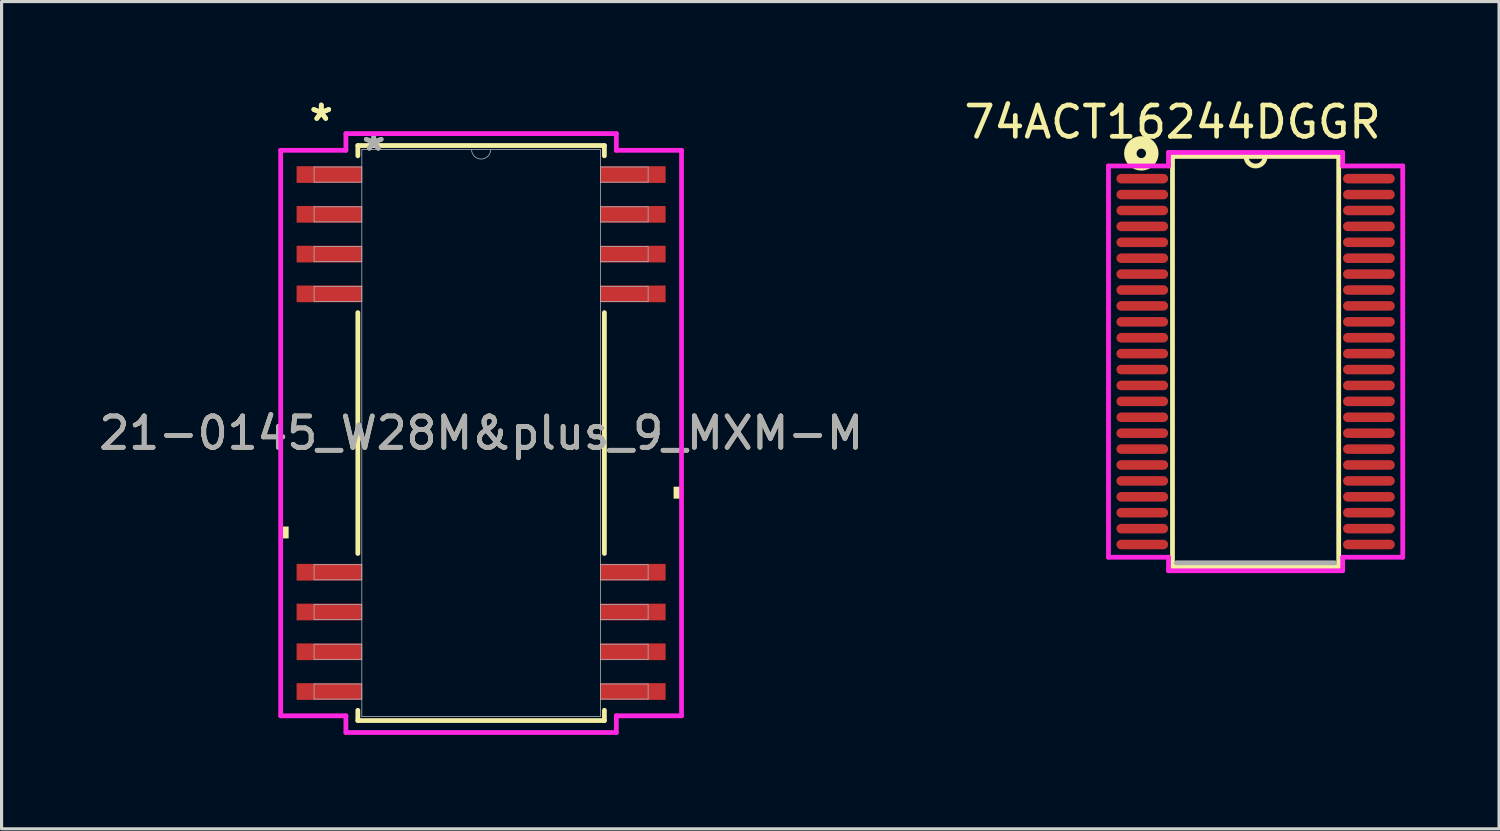
<source format=kicad_pcb>
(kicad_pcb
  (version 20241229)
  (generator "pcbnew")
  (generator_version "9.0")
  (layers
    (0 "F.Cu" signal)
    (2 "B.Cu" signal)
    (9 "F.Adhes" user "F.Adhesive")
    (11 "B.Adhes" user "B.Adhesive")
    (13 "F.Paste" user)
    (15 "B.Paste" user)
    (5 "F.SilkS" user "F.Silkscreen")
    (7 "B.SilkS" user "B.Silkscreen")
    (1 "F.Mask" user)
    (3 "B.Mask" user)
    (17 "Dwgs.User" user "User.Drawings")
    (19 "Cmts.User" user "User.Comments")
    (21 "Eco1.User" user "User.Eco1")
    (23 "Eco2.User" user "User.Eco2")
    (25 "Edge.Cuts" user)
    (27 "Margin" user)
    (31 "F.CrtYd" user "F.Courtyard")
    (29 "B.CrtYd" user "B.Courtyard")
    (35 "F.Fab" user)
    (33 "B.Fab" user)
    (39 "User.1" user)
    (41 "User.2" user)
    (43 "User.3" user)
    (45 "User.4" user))
  (footprint "74ACT16244DGGR"
    (layer "F.Cu")
    (at 37.049 8.498)
    (property "Reference" "74ACT16244DGGR" (at -2.65 -7.65 0) (layer "F.SilkS") (effects (font (size 1 1) (thickness 0.15))))
    (attr through_hole)
    (fp_line (start -2.654 -6.553) (end -2.654 6.553) (stroke (width 0.152) (type solid)) (layer "F.SilkS"))
    (fp_line (start -2.654 6.553) (end 2.654 6.553) (stroke (width 0.152) (type solid)) (layer "F.SilkS"))
    (fp_line (start 2.654 -6.553) (end -2.654 -6.553) (stroke (width 0.152) (type solid)) (layer "F.SilkS"))
    (fp_line (start 2.654 6.553) (end 2.654 -6.553) (stroke (width 0.152) (type solid)) (layer "F.SilkS"))
    (fp_arc (start 0.3048 -6.55) (mid 0 -6.2452) (end -0.3048 -6.55) (stroke (width 0.1524) (type solid)) (layer "F.SilkS"))
    (fp_circle (center -3.65 -6.65) (end -3.5 -6.65) (stroke (width 0.4) (type solid)) (fill no) (layer "F.SilkS"))
    (fp_line (start -4.699 -6.248) (end -2.781 -6.248) (stroke (width 0.152) (type solid)) (layer "F.CrtYd"))
    (fp_line (start -4.699 6.248) (end -4.699 -6.248) (stroke (width 0.152) (type solid)) (layer "F.CrtYd"))
    (fp_line (start -2.781 -6.68) (end -2.781 -6.248) (stroke (width 0.152) (type solid)) (layer "F.CrtYd"))
    (fp_line (start -2.781 -6.68) (end 2.781 -6.68) (stroke (width 0.152) (type solid)) (layer "F.CrtYd"))
    (fp_line (start -2.781 6.248) (end -4.699 6.248) (stroke (width 0.152) (type solid)) (layer "F.CrtYd"))
    (fp_line (start -2.781 6.68) (end -2.781 6.248) (stroke (width 0.152) (type solid)) (layer "F.CrtYd"))
    (fp_line (start 2.781 -6.68) (end 2.781 -6.248) (stroke (width 0.152) (type solid)) (layer "F.CrtYd"))
    (fp_line (start 2.781 -6.248) (end 4.699 -6.248) (stroke (width 0.152) (type solid)) (layer "F.CrtYd"))
    (fp_line (start 2.781 6.248) (end 2.781 6.68) (stroke (width 0.152) (type solid)) (layer "F.CrtYd"))
    (fp_line (start 2.781 6.68) (end -2.781 6.68) (stroke (width 0.152) (type solid)) (layer "F.CrtYd"))
    (fp_line (start 4.699 -6.248) (end 4.699 6.248) (stroke (width 0.152) (type solid)) (layer "F.CrtYd"))
    (fp_line (start 4.699 6.248) (end 2.781 6.248) (stroke (width 0.152) (type solid)) (layer "F.CrtYd"))
    (fp_line (start -2.527 6.426) (end 2.527 6.426) (stroke (width 0.152) (type solid)) (layer "F.Fab"))
    (pad "1" smd oval (at -3.619 -5.842) (size 1.651 0.305) (layers "F.Cu" "F.Mask" "F.Paste"))
    (pad "2" smd oval (at -3.619 -5.334) (size 1.651 0.305) (layers "F.Cu" "F.Mask" "F.Paste"))
    (pad "3" smd oval (at -3.619 -4.826) (size 1.651 0.305) (layers "F.Cu" "F.Mask" "F.Paste"))
    (pad "4" smd oval (at -3.619 -4.318) (size 1.651 0.305) (layers "F.Cu" "F.Mask" "F.Paste"))
    (pad "5" smd oval (at -3.619 -3.81) (size 1.651 0.305) (layers "F.Cu" "F.Mask" "F.Paste"))
    (pad "6" smd oval (at -3.619 -3.302) (size 1.651 0.305) (layers "F.Cu" "F.Mask" "F.Paste"))
    (pad "7" smd oval (at -3.619 -2.794) (size 1.651 0.305) (layers "F.Cu" "F.Mask" "F.Paste"))
    (pad "8" smd oval (at -3.619 -2.286) (size 1.651 0.305) (layers "F.Cu" "F.Mask" "F.Paste"))
    (pad "9" smd oval (at -3.619 -1.778) (size 1.651 0.305) (layers "F.Cu" "F.Mask" "F.Paste"))
    (pad "10" smd oval (at -3.619 -1.27) (size 1.651 0.305) (layers "F.Cu" "F.Mask" "F.Paste"))
    (pad "11" smd oval (at -3.619 -0.762) (size 1.651 0.305) (layers "F.Cu" "F.Mask" "F.Paste"))
    (pad "12" smd oval (at -3.619 -0.254) (size 1.651 0.305) (layers "F.Cu" "F.Mask" "F.Paste"))
    (pad "13" smd oval (at -3.619 0.254) (size 1.651 0.305) (layers "F.Cu" "F.Mask" "F.Paste"))
    (pad "14" smd oval (at -3.619 0.762) (size 1.651 0.305) (layers "F.Cu" "F.Mask" "F.Paste"))
    (pad "15" smd oval (at -3.619 1.27) (size 1.651 0.305) (layers "F.Cu" "F.Mask" "F.Paste"))
    (pad "16" smd oval (at -3.619 1.778) (size 1.651 0.305) (layers "F.Cu" "F.Mask" "F.Paste"))
    (pad "17" smd oval (at -3.619 2.286) (size 1.651 0.305) (layers "F.Cu" "F.Mask" "F.Paste"))
    (pad "18" smd oval (at -3.619 2.794) (size 1.651 0.305) (layers "F.Cu" "F.Mask" "F.Paste"))
    (pad "19" smd oval (at -3.619 3.302) (size 1.651 0.305) (layers "F.Cu" "F.Mask" "F.Paste"))
    (pad "20" smd oval (at -3.619 3.81) (size 1.651 0.305) (layers "F.Cu" "F.Mask" "F.Paste"))
    (pad "21" smd oval (at -3.619 4.318) (size 1.651 0.305) (layers "F.Cu" "F.Mask" "F.Paste"))
    (pad "22" smd oval (at -3.619 4.826) (size 1.651 0.305) (layers "F.Cu" "F.Mask" "F.Paste"))
    (pad "23" smd oval (at -3.619 5.334) (size 1.651 0.305) (layers "F.Cu" "F.Mask" "F.Paste"))
    (pad "24" smd oval (at -3.619 5.842) (size 1.651 0.305) (layers "F.Cu" "F.Mask" "F.Paste"))
    (pad "25" smd oval (at 3.619 5.842) (size 1.651 0.305) (layers "F.Cu" "F.Mask" "F.Paste"))
    (pad "26" smd oval (at 3.619 5.334) (size 1.651 0.305) (layers "F.Cu" "F.Mask" "F.Paste"))
    (pad "27" smd oval (at 3.619 4.826) (size 1.651 0.305) (layers "F.Cu" "F.Mask" "F.Paste"))
    (pad "28" smd oval (at 3.619 4.318) (size 1.651 0.305) (layers "F.Cu" "F.Mask" "F.Paste"))
    (pad "29" smd oval (at 3.619 3.81) (size 1.651 0.305) (layers "F.Cu" "F.Mask" "F.Paste"))
    (pad "30" smd oval (at 3.619 3.302) (size 1.651 0.305) (layers "F.Cu" "F.Mask" "F.Paste"))
    (pad "31" smd oval (at 3.619 2.794) (size 1.651 0.305) (layers "F.Cu" "F.Mask" "F.Paste"))
    (pad "32" smd oval (at 3.619 2.286) (size 1.651 0.305) (layers "F.Cu" "F.Mask" "F.Paste"))
    (pad "33" smd oval (at 3.619 1.778) (size 1.651 0.305) (layers "F.Cu" "F.Mask" "F.Paste"))
    (pad "34" smd oval (at 3.619 1.27) (size 1.651 0.305) (layers "F.Cu" "F.Mask" "F.Paste"))
    (pad "35" smd oval (at 3.619 0.762) (size 1.651 0.305) (layers "F.Cu" "F.Mask" "F.Paste"))
    (pad "36" smd oval (at 3.619 0.254) (size 1.651 0.305) (layers "F.Cu" "F.Mask" "F.Paste"))
    (pad "37" smd oval (at 3.619 -0.254) (size 1.651 0.305) (layers "F.Cu" "F.Mask" "F.Paste"))
    (pad "38" smd oval (at 3.619 -0.762) (size 1.651 0.305) (layers "F.Cu" "F.Mask" "F.Paste"))
    (pad "39" smd oval (at 3.619 -1.27) (size 1.651 0.305) (layers "F.Cu" "F.Mask" "F.Paste"))
    (pad "40" smd oval (at 3.619 -1.778) (size 1.651 0.305) (layers "F.Cu" "F.Mask" "F.Paste"))
    (pad "41" smd oval (at 3.619 -2.286) (size 1.651 0.305) (layers "F.Cu" "F.Mask" "F.Paste"))
    (pad "42" smd oval (at 3.619 -2.794) (size 1.651 0.305) (layers "F.Cu" "F.Mask" "F.Paste"))
    (pad "43" smd oval (at 3.619 -3.302) (size 1.651 0.305) (layers "F.Cu" "F.Mask" "F.Paste"))
    (pad "44" smd oval (at 3.619 -3.81) (size 1.651 0.305) (layers "F.Cu" "F.Mask" "F.Paste"))
    (pad "45" smd oval (at 3.619 -4.318) (size 1.651 0.305) (layers "F.Cu" "F.Mask" "F.Paste"))
    (pad "46" smd oval (at 3.619 -4.826) (size 1.651 0.305) (layers "F.Cu" "F.Mask" "F.Paste"))
    (pad "47" smd oval (at 3.619 -5.334) (size 1.651 0.305) (layers "F.Cu" "F.Mask" "F.Paste"))
    (pad "48" smd oval (at 3.619 -5.842) (size 1.651 0.305) (layers "F.Cu" "F.Mask" "F.Paste")))
  (footprint "21-0145_W28M&plus_9_MXM-M"
    (layer "F.Cu")
    (at 12.315 10.78)
    (property "Reference" "21-0145_W28M&plus_9_MXM-M" (at 0 0 0) (unlocked yes) (layer "F.SilkS") (effects (font (size 1 1) (thickness 0.15))))
    (attr smd)
    (fp_line (start -3.937 -9.182) (end -3.937 -8.854) (stroke (width 0.152) (type solid)) (layer "F.SilkS"))
    (fp_line (start -3.937 -3.846) (end -3.937 3.846) (stroke (width 0.152) (type solid)) (layer "F.SilkS"))
    (fp_line (start -3.937 8.854) (end -3.937 9.182) (stroke (width 0.152) (type solid)) (layer "F.SilkS"))
    (fp_line (start -3.937 9.182) (end 3.937 9.182) (stroke (width 0.152) (type solid)) (layer "F.SilkS"))
    (fp_line (start 3.937 -9.182) (end -3.937 -9.182) (stroke (width 0.152) (type solid)) (layer "F.SilkS"))
    (fp_line (start 3.937 -8.854) (end 3.937 -9.182) (stroke (width 0.152) (type solid)) (layer "F.SilkS"))
    (fp_line (start 3.937 3.846) (end 3.937 -3.846) (stroke (width 0.152) (type solid)) (layer "F.SilkS"))
    (fp_line (start 3.937 9.182) (end 3.937 8.854) (stroke (width 0.152) (type solid)) (layer "F.SilkS"))
    (fp_poly (pts (xy -6.401 2.985) (xy -6.401 3.365) (xy -6.147 3.365) (xy -6.147 2.985)) (stroke (width 0) (type solid)) (fill yes) (layer "F.SilkS"))
    (fp_poly (pts (xy 6.401 1.714) (xy 6.401 2.095) (xy 6.147 2.095) (xy 6.147 1.714)) (stroke (width 0) (type solid)) (fill yes) (layer "F.SilkS"))
    (fp_line (start -6.401 -9.03) (end -4.318 -9.03) (stroke (width 0.152) (type solid)) (layer "F.CrtYd"))
    (fp_line (start -6.401 9.03) (end -6.401 -9.03) (stroke (width 0.152) (type solid)) (layer "F.CrtYd"))
    (fp_line (start -6.401 9.03) (end -4.318 9.03) (stroke (width 0.152) (type solid)) (layer "F.CrtYd"))
    (fp_line (start -4.318 -9.563) (end 4.318 -9.563) (stroke (width 0.152) (type solid)) (layer "F.CrtYd"))
    (fp_line (start -4.318 -9.03) (end -4.318 -9.563) (stroke (width 0.152) (type solid)) (layer "F.CrtYd"))
    (fp_line (start -4.318 9.563) (end -4.318 9.03) (stroke (width 0.152) (type solid)) (layer "F.CrtYd"))
    (fp_line (start 4.318 -9.563) (end 4.318 -9.03) (stroke (width 0.152) (type solid)) (layer "F.CrtYd"))
    (fp_line (start 4.318 9.03) (end 4.318 9.563) (stroke (width 0.152) (type solid)) (layer "F.CrtYd"))
    (fp_line (start 4.318 9.563) (end -4.318 9.563) (stroke (width 0.152) (type solid)) (layer "F.CrtYd"))
    (fp_line (start 6.401 -9.03) (end 4.318 -9.03) (stroke (width 0.152) (type solid)) (layer "F.CrtYd"))
    (fp_line (start 6.401 -9.03) (end 6.401 9.03) (stroke (width 0.152) (type solid)) (layer "F.CrtYd"))
    (fp_line (start 6.401 9.03) (end 4.318 9.03) (stroke (width 0.152) (type solid)) (layer "F.CrtYd"))
    (fp_line (start -5.334 -8.496) (end -5.334 -8.014) (stroke (width 0.025) (type solid)) (layer "F.Fab"))
    (fp_line (start -5.334 -8.014) (end -3.81 -8.014) (stroke (width 0.025) (type solid)) (layer "F.Fab"))
    (fp_line (start -5.334 -7.226) (end -5.334 -6.744) (stroke (width 0.025) (type solid)) (layer "F.Fab"))
    (fp_line (start -5.334 -6.744) (end -3.81 -6.744) (stroke (width 0.025) (type solid)) (layer "F.Fab"))
    (fp_line (start -5.334 -5.956) (end -5.334 -5.474) (stroke (width 0.025) (type solid)) (layer "F.Fab"))
    (fp_line (start -5.334 -5.474) (end -3.81 -5.474) (stroke (width 0.025) (type solid)) (layer "F.Fab"))
    (fp_line (start -5.334 -4.686) (end -5.334 -4.204) (stroke (width 0.025) (type solid)) (layer "F.Fab"))
    (fp_line (start -5.334 -4.204) (end -3.81 -4.204) (stroke (width 0.025) (type solid)) (layer "F.Fab"))
    (fp_line (start -5.334 4.204) (end -5.334 4.686) (stroke (width 0.025) (type solid)) (layer "F.Fab"))
    (fp_line (start -5.334 4.686) (end -3.81 4.686) (stroke (width 0.025) (type solid)) (layer "F.Fab"))
    (fp_line (start -5.334 5.474) (end -5.334 5.956) (stroke (width 0.025) (type solid)) (layer "F.Fab"))
    (fp_line (start -5.334 5.956) (end -3.81 5.956) (stroke (width 0.025) (type solid)) (layer "F.Fab"))
    (fp_line (start -5.334 6.744) (end -5.334 7.226) (stroke (width 0.025) (type solid)) (layer "F.Fab"))
    (fp_line (start -5.334 7.226) (end -3.81 7.226) (stroke (width 0.025) (type solid)) (layer "F.Fab"))
    (fp_line (start -5.334 8.014) (end -5.334 8.496) (stroke (width 0.025) (type solid)) (layer "F.Fab"))
    (fp_line (start -5.334 8.496) (end -3.81 8.496) (stroke (width 0.025) (type solid)) (layer "F.Fab"))
    (fp_line (start -3.81 -9.055) (end -3.81 9.055) (stroke (width 0.025) (type solid)) (layer "F.Fab"))
    (fp_line (start -3.81 -8.496) (end -5.334 -8.496) (stroke (width 0.025) (type solid)) (layer "F.Fab"))
    (fp_line (start -3.81 -8.014) (end -3.81 -8.496) (stroke (width 0.025) (type solid)) (layer "F.Fab"))
    (fp_line (start -3.81 -7.226) (end -5.334 -7.226) (stroke (width 0.025) (type solid)) (layer "F.Fab"))
    (fp_line (start -3.81 -6.744) (end -3.81 -7.226) (stroke (width 0.025) (type solid)) (layer "F.Fab"))
    (fp_line (start -3.81 -5.956) (end -5.334 -5.956) (stroke (width 0.025) (type solid)) (layer "F.Fab"))
    (fp_line (start -3.81 -5.474) (end -3.81 -5.956) (stroke (width 0.025) (type solid)) (layer "F.Fab"))
    (fp_line (start -3.81 -4.686) (end -5.334 -4.686) (stroke (width 0.025) (type solid)) (layer "F.Fab"))
    (fp_line (start -3.81 -4.204) (end -3.81 -4.686) (stroke (width 0.025) (type solid)) (layer "F.Fab"))
    (fp_line (start -3.81 4.204) (end -5.334 4.204) (stroke (width 0.025) (type solid)) (layer "F.Fab"))
    (fp_line (start -3.81 4.686) (end -3.81 4.204) (stroke (width 0.025) (type solid)) (layer "F.Fab"))
    (fp_line (start -3.81 5.474) (end -5.334 5.474) (stroke (width 0.025) (type solid)) (layer "F.Fab"))
    (fp_line (start -3.81 5.956) (end -3.81 5.474) (stroke (width 0.025) (type solid)) (layer "F.Fab"))
    (fp_line (start -3.81 6.744) (end -5.334 6.744) (stroke (width 0.025) (type solid)) (layer "F.Fab"))
    (fp_line (start -3.81 7.226) (end -3.81 6.744) (stroke (width 0.025) (type solid)) (layer "F.Fab"))
    (fp_line (start -3.81 8.014) (end -5.334 8.014) (stroke (width 0.025) (type solid)) (layer "F.Fab"))
    (fp_line (start -3.81 8.496) (end -3.81 8.014) (stroke (width 0.025) (type solid)) (layer "F.Fab"))
    (fp_line (start -3.81 9.055) (end 3.81 9.055) (stroke (width 0.025) (type solid)) (layer "F.Fab"))
    (fp_line (start 3.81 -9.055) (end -3.81 -9.055) (stroke (width 0.025) (type solid)) (layer "F.Fab"))
    (fp_line (start 3.81 -8.496) (end 3.81 -8.014) (stroke (width 0.025) (type solid)) (layer "F.Fab"))
    (fp_line (start 3.81 -8.014) (end 5.334 -8.014) (stroke (width 0.025) (type solid)) (layer "F.Fab"))
    (fp_line (start 3.81 -7.226) (end 3.81 -6.744) (stroke (width 0.025) (type solid)) (layer "F.Fab"))
    (fp_line (start 3.81 -6.744) (end 5.334 -6.744) (stroke (width 0.025) (type solid)) (layer "F.Fab"))
    (fp_line (start 3.81 -5.956) (end 3.81 -5.474) (stroke (width 0.025) (type solid)) (layer "F.Fab"))
    (fp_line (start 3.81 -5.474) (end 5.334 -5.474) (stroke (width 0.025) (type solid)) (layer "F.Fab"))
    (fp_line (start 3.81 -4.686) (end 3.81 -4.204) (stroke (width 0.025) (type solid)) (layer "F.Fab"))
    (fp_line (start 3.81 -4.204) (end 5.334 -4.204) (stroke (width 0.025) (type solid)) (layer "F.Fab"))
    (fp_line (start 3.81 4.204) (end 3.81 4.686) (stroke (width 0.025) (type solid)) (layer "F.Fab"))
    (fp_line (start 3.81 4.686) (end 5.334 4.686) (stroke (width 0.025) (type solid)) (layer "F.Fab"))
    (fp_line (start 3.81 5.474) (end 3.81 5.956) (stroke (width 0.025) (type solid)) (layer "F.Fab"))
    (fp_line (start 3.81 5.956) (end 5.334 5.956) (stroke (width 0.025) (type solid)) (layer "F.Fab"))
    (fp_line (start 3.81 6.744) (end 3.81 7.226) (stroke (width 0.025) (type solid)) (layer "F.Fab"))
    (fp_line (start 3.81 7.226) (end 5.334 7.226) (stroke (width 0.025) (type solid)) (layer "F.Fab"))
    (fp_line (start 3.81 8.014) (end 3.81 8.496) (stroke (width 0.025) (type solid)) (layer "F.Fab"))
    (fp_line (start 3.81 8.496) (end 5.334 8.496) (stroke (width 0.025) (type solid)) (layer "F.Fab"))
    (fp_line (start 3.81 9.055) (end 3.81 -9.055) (stroke (width 0.025) (type solid)) (layer "F.Fab"))
    (fp_line (start 5.334 -8.496) (end 3.81 -8.496) (stroke (width 0.025) (type solid)) (layer "F.Fab"))
    (fp_line (start 5.334 -8.014) (end 5.334 -8.496) (stroke (width 0.025) (type solid)) (layer "F.Fab"))
    (fp_line (start 5.334 -7.226) (end 3.81 -7.226) (stroke (width 0.025) (type solid)) (layer "F.Fab"))
    (fp_line (start 5.334 -6.744) (end 5.334 -7.226) (stroke (width 0.025) (type solid)) (layer "F.Fab"))
    (fp_line (start 5.334 -5.956) (end 3.81 -5.956) (stroke (width 0.025) (type solid)) (layer "F.Fab"))
    (fp_line (start 5.334 -5.474) (end 5.334 -5.956) (stroke (width 0.025) (type solid)) (layer "F.Fab"))
    (fp_line (start 5.334 -4.686) (end 3.81 -4.686) (stroke (width 0.025) (type solid)) (layer "F.Fab"))
    (fp_line (start 5.334 -4.204) (end 5.334 -4.686) (stroke (width 0.025) (type solid)) (layer "F.Fab"))
    (fp_line (start 5.334 4.204) (end 3.81 4.204) (stroke (width 0.025) (type solid)) (layer "F.Fab"))
    (fp_line (start 5.334 4.686) (end 5.334 4.204) (stroke (width 0.025) (type solid)) (layer "F.Fab"))
    (fp_line (start 5.334 5.474) (end 3.81 5.474) (stroke (width 0.025) (type solid)) (layer "F.Fab"))
    (fp_line (start 5.334 5.956) (end 5.334 5.474) (stroke (width 0.025) (type solid)) (layer "F.Fab"))
    (fp_line (start 5.334 6.744) (end 3.81 6.744) (stroke (width 0.025) (type solid)) (layer "F.Fab"))
    (fp_line (start 5.334 7.226) (end 5.334 6.744) (stroke (width 0.025) (type solid)) (layer "F.Fab"))
    (fp_line (start 5.334 8.014) (end 3.81 8.014) (stroke (width 0.025) (type solid)) (layer "F.Fab"))
    (fp_line (start 5.334 8.496) (end 5.334 8.014) (stroke (width 0.025) (type solid)) (layer "F.Fab"))
    (fp_arc (start 0.3048 -9.0551) (mid 0 -8.7503) (end -0.3048 -9.0551) (stroke (width 0.0254) (type solid)) (layer "F.Fab"))
    (fp_text user "*" (at -5.105 -9.931 0) (layer "F.SilkS") (effects (font (size 1 1) (thickness 0.15))))
    (fp_text user "*" (at -5.105 -9.931 0) (unlocked yes) (layer "F.SilkS") (effects (font (size 1 1) (thickness 0.15))))
    (fp_text user "${REFERENCE}" (at 0 0 0) (unlocked yes) (layer "F.Fab") (effects (font (size 1 1) (thickness 0.15))))
    (fp_text user "*" (at -3.429 -8.979 0) (unlocked yes) (layer "F.Fab") (effects (font (size 1 1) (thickness 0.15))))
    (fp_text user "*" (at -3.429 -8.979 0) (layer "F.Fab") (effects (font (size 1 1) (thickness 0.15))))
    (pad "1" smd rect (at -4.851 -8.255) (size 2.083 0.533) (layers "F.Cu" "F.Mask" "F.Paste"))
    (pad "2" smd rect (at -4.851 -6.985) (size 2.083 0.533) (layers "F.Cu" "F.Mask" "F.Paste"))
    (pad "3" smd rect (at -4.851 -5.715) (size 2.083 0.533) (layers "F.Cu" "F.Mask" "F.Paste"))
    (pad "4" smd rect (at -4.851 -4.445) (size 2.083 0.533) (layers "F.Cu" "F.Mask" "F.Paste"))
    (pad "11" smd rect (at -4.851 4.445) (size 2.083 0.533) (layers "F.Cu" "F.Mask" "F.Paste"))
    (pad "12" smd rect (at -4.851 5.715) (size 2.083 0.533) (layers "F.Cu" "F.Mask" "F.Paste"))
    (pad "13" smd rect (at -4.851 6.985) (size 2.083 0.533) (layers "F.Cu" "F.Mask" "F.Paste"))
    (pad "14" smd rect (at -4.851 8.255) (size 2.083 0.533) (layers "F.Cu" "F.Mask" "F.Paste"))
    (pad "15" smd rect (at 4.851 8.255) (size 2.083 0.533) (layers "F.Cu" "F.Mask" "F.Paste"))
    (pad "16" smd rect (at 4.851 6.985) (size 2.083 0.533) (layers "F.Cu" "F.Mask" "F.Paste"))
    (pad "17" smd rect (at 4.851 5.715) (size 2.083 0.533) (layers "F.Cu" "F.Mask" "F.Paste"))
    (pad "18" smd rect (at 4.851 4.445) (size 2.083 0.533) (layers "F.Cu" "F.Mask" "F.Paste"))
    (pad "25" smd rect (at 4.851 -4.445) (size 2.083 0.533) (layers "F.Cu" "F.Mask" "F.Paste"))
    (pad "26" smd rect (at 4.851 -5.715) (size 2.083 0.533) (layers "F.Cu" "F.Mask" "F.Paste"))
    (pad "27" smd rect (at 4.851 -6.985) (size 2.083 0.533) (layers "F.Cu" "F.Mask" "F.Paste"))
    (pad "28" smd rect (at 4.851 -8.255) (size 2.083 0.533) (layers "F.Cu" "F.Mask" "F.Paste")))
  (gr_rect
    (start -3 -3)
    (end 44.824 23.419)
    (stroke (width 0.1) (type default))
    (fill no)
    (layer "Edge.Cuts")))
</source>
